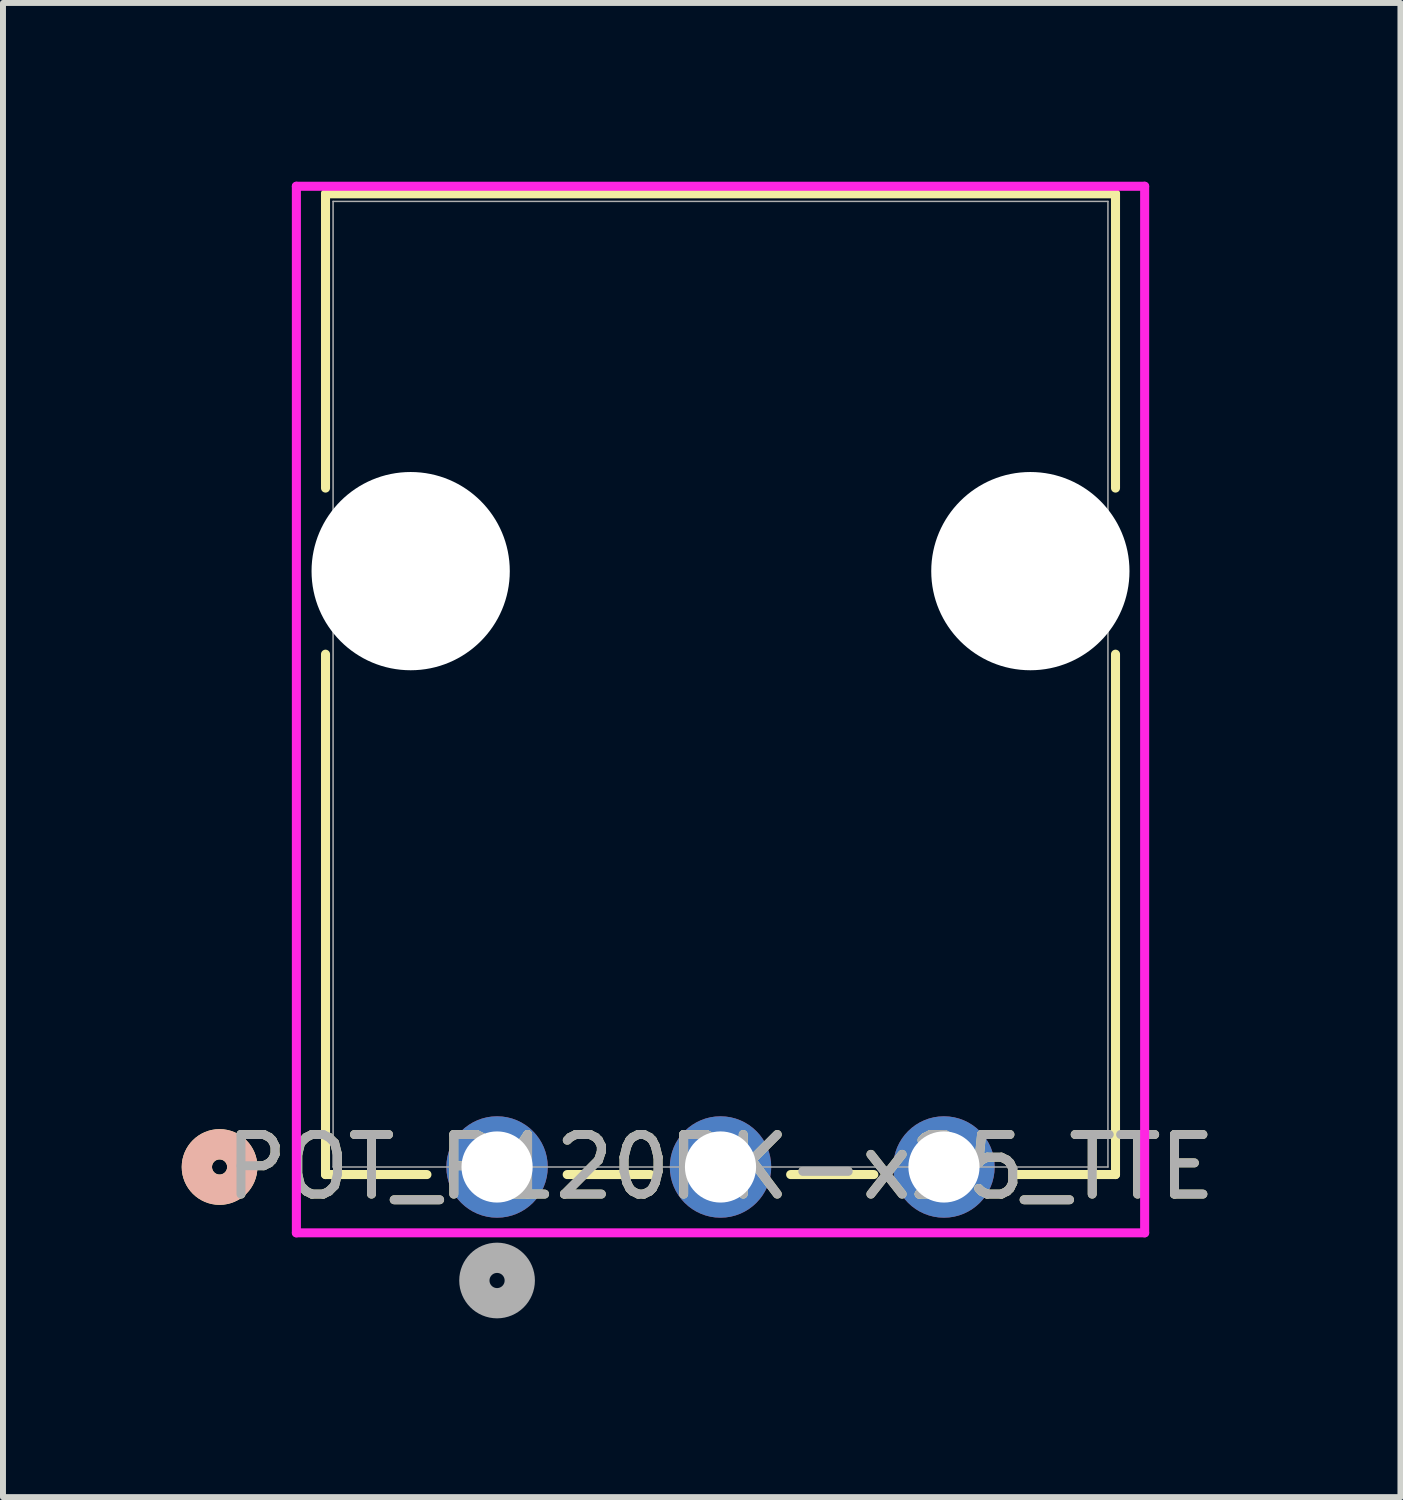
<source format=kicad_pcb>
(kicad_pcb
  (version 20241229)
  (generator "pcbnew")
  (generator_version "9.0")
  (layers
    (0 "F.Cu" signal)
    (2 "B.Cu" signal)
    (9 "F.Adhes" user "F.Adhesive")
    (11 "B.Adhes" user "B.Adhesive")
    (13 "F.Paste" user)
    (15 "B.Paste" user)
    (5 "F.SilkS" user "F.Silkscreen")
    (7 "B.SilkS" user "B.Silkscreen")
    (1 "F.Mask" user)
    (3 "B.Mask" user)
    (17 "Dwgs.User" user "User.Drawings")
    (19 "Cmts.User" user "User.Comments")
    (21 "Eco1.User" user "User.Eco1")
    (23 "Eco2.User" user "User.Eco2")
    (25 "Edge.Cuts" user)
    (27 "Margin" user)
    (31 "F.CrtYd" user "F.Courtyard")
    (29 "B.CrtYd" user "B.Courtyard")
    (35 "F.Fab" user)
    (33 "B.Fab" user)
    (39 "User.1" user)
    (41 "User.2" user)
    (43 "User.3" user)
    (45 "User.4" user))
  (footprint "POT_P120PK-x25_TTE"
    (layer "F.Cu")
    (at 5.292 16.535)
    (property "Reference" "POT_P120PK-x25_TTE" (at 3.75 0 0) (unlocked yes) (layer "F.SilkS") (effects (font (size 1 1) (thickness 0.15))))
    (attr through_hole)
    (fp_line (start -2.879 -16.332) (end -2.879 -11.394) (stroke (width 0.152) (type solid)) (layer "F.SilkS"))
    (fp_line (start -2.879 -8.606) (end -2.879 0.127) (stroke (width 0.152) (type solid)) (layer "F.SilkS"))
    (fp_line (start -2.879 0.127) (end -1.177 0.127) (stroke (width 0.152) (type solid)) (layer "F.SilkS"))
    (fp_line (start 1.177 0.127) (end 2.573 0.127) (stroke (width 0.152) (type solid)) (layer "F.SilkS"))
    (fp_line (start 4.927 0.127) (end 6.323 0.127) (stroke (width 0.152) (type solid)) (layer "F.SilkS"))
    (fp_line (start 8.677 0.127) (end 10.379 0.127) (stroke (width 0.152) (type solid)) (layer "F.SilkS"))
    (fp_line (start 10.379 -16.332) (end -2.879 -16.332) (stroke (width 0.152) (type solid)) (layer "F.SilkS"))
    (fp_line (start 10.379 -11.394) (end 10.379 -16.332) (stroke (width 0.152) (type solid)) (layer "F.SilkS"))
    (fp_line (start 10.379 0.127) (end 10.379 -8.606) (stroke (width 0.152) (type solid)) (layer "F.SilkS"))
    (fp_circle (center -4.657 0) (end -4.276 0) (stroke (width 0.508) (type solid)) (fill no) (layer "F.SilkS"))
    (fp_circle (center -4.657 0) (end -4.276 0) (stroke (width 0.508) (type solid)) (fill no) (layer "B.SilkS"))
    (fp_line (start -3.368 -16.459) (end -3.368 1.105) (stroke (width 0.152) (type solid)) (layer "F.CrtYd"))
    (fp_line (start -3.368 1.105) (end 10.868 1.105) (stroke (width 0.152) (type solid)) (layer "F.CrtYd"))
    (fp_line (start 10.868 -16.459) (end -3.368 -16.459) (stroke (width 0.152) (type solid)) (layer "F.CrtYd"))
    (fp_line (start 10.868 1.105) (end 10.868 -16.459) (stroke (width 0.152) (type solid)) (layer "F.CrtYd"))
    (fp_line (start -2.752 -16.205) (end -2.752 0) (stroke (width 0.025) (type solid)) (layer "F.Fab"))
    (fp_line (start -2.752 0) (end 10.252 0) (stroke (width 0.025) (type solid)) (layer "F.Fab"))
    (fp_line (start 10.252 -16.205) (end -2.752 -16.205) (stroke (width 0.025) (type solid)) (layer "F.Fab"))
    (fp_line (start 10.252 0) (end 10.252 -16.205) (stroke (width 0.025) (type solid)) (layer "F.Fab"))
    (fp_circle (center 0 1.905) (end 0.381 1.905) (stroke (width 0.508) (type solid)) (fill no) (layer "F.Fab"))
    (fp_text user "${REFERENCE}" (at 3.75 0 0) (unlocked yes) (layer "F.Fab") (effects (font (size 1 1) (thickness 0.15))))
    (pad "" np_thru_hole circle (at -1.45 -10) (size 3.327 3.327) (drill 3.327) (layers "*.Cu" "*.Mask"))
    (pad "" np_thru_hole circle (at 8.95 -10) (size 3.327 3.327) (drill 3.327) (layers "*.Cu" "*.Mask"))
    (pad "1" thru_hole circle (at 0 0) (size 1.702 1.702) (drill 1.194) (layers "*.Cu" "*.Mask"))
    (pad "2" thru_hole circle (at 3.75 0) (size 1.702 1.702) (drill 1.194) (layers "*.Cu" "*.Mask"))
    (pad "3" thru_hole circle (at 7.5 0) (size 1.702 1.702) (drill 1.194) (layers "*.Cu" "*.Mask")))
  (gr_rect
    (start -3 -3)
    (end 20.453 22.075)
    (stroke (width 0.1) (type default))
    (fill no)
    (layer "Edge.Cuts")))
</source>
